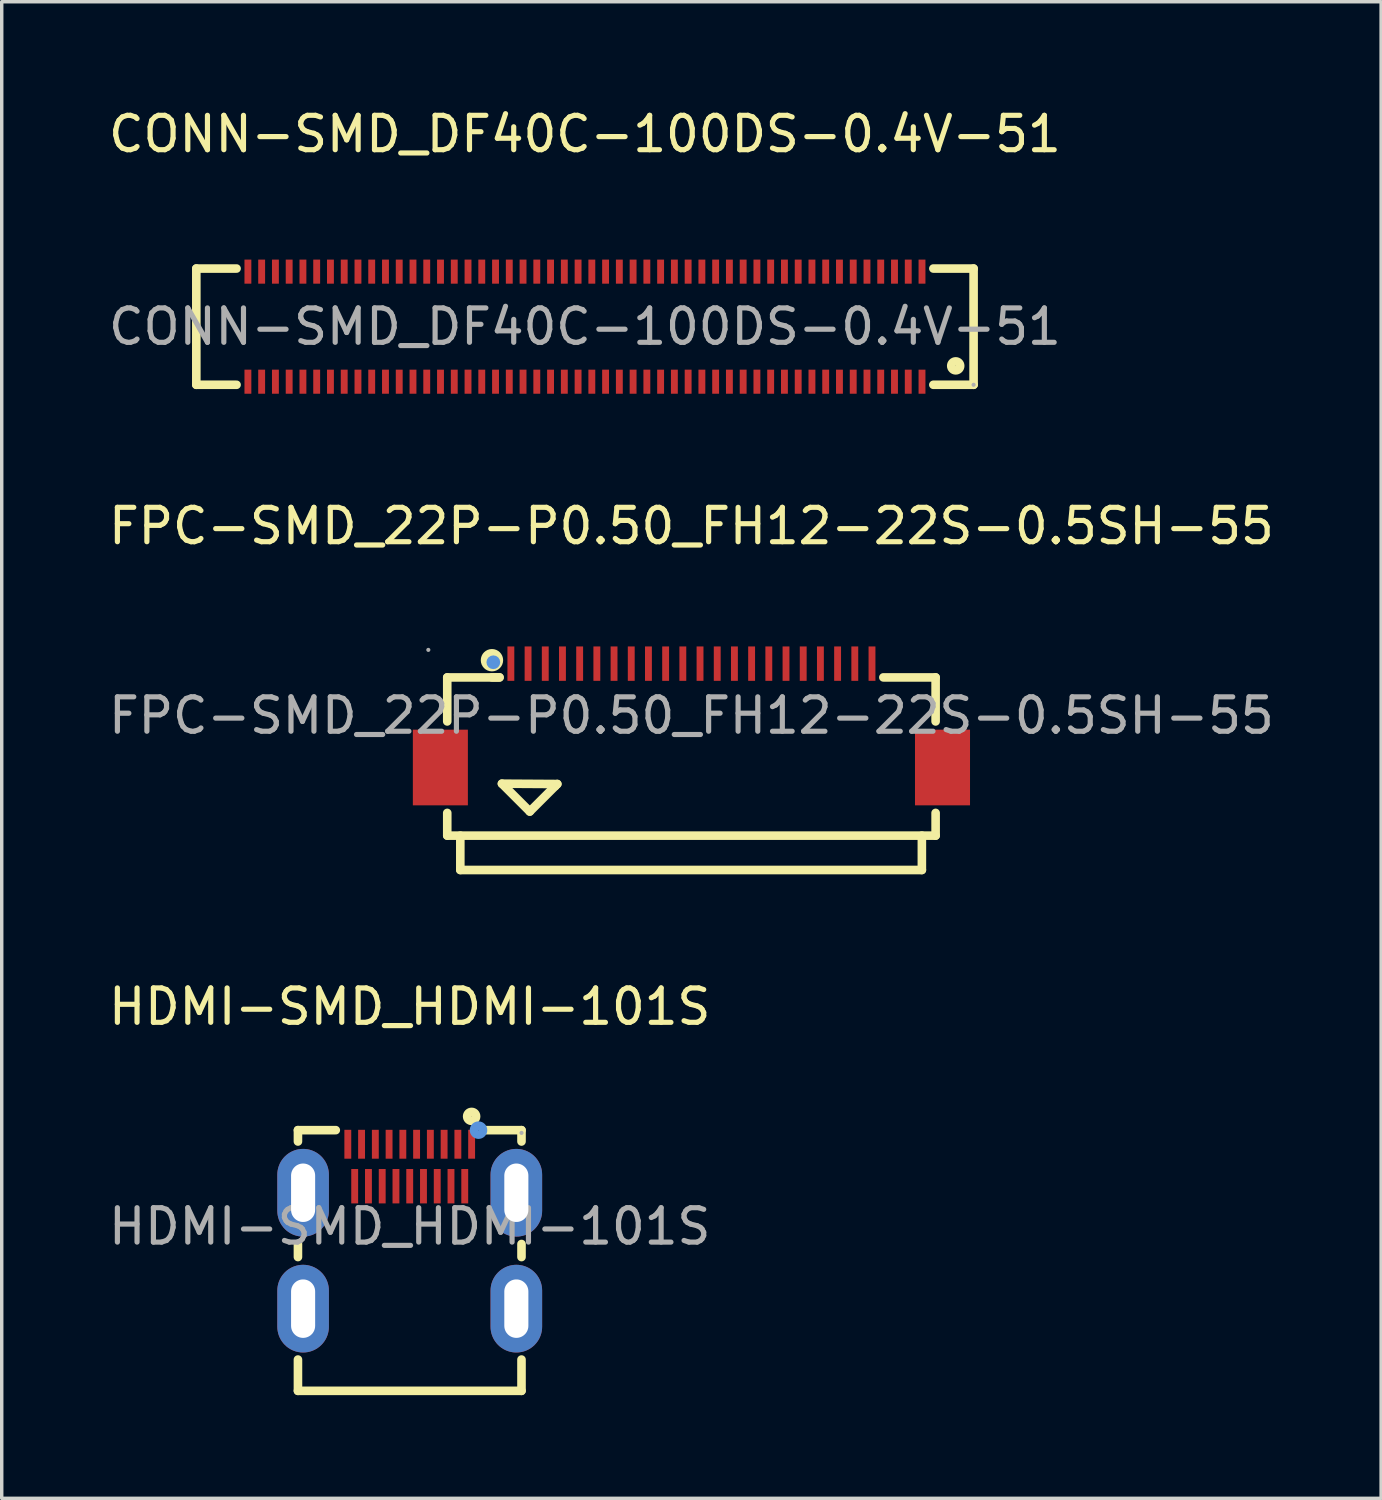
<source format=kicad_pcb>
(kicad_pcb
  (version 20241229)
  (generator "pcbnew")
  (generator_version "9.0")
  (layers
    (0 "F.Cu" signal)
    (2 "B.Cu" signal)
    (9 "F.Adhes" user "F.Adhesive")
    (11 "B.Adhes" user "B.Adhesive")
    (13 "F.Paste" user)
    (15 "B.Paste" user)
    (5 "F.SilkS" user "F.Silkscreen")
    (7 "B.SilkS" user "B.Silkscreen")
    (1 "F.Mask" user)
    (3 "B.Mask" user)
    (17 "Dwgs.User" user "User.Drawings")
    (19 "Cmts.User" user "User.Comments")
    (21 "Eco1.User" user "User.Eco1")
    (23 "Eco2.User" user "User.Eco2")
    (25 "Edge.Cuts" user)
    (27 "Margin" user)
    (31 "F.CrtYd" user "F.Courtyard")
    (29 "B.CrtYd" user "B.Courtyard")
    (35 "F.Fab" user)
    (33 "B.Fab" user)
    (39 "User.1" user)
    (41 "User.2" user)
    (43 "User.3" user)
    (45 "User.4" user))
  (footprint "HDMI-SMD_HDMI-101S"
    (layer "F.Cu")
    (at 8.863 32.61)
    (property "Reference" "HDMI-SMD_HDMI-101S" (at 0 -6.39 0) (layer "F.SilkS") (effects (font (size 1 1) (thickness 0.15))))
    (attr smd)
    (fp_line (start -3.25 -2.47) (end -3.25 -2.8) (stroke (width 0.25) (type solid)) (layer "F.SilkS"))
    (fp_line (start -3.25 0.89) (end -3.25 0.51) (stroke (width 0.25) (type solid)) (layer "F.SilkS"))
    (fp_line (start -3.25 4.78) (end -3.25 3.87) (stroke (width 0.25) (type solid)) (layer "F.SilkS"))
    (fp_line (start -2.15 -2.8) (end -3.25 -2.8) (stroke (width 0.25) (type solid)) (layer "F.SilkS"))
    (fp_line (start 3.25 -2.8) (end 2.15 -2.8) (stroke (width 0.25) (type solid)) (layer "F.SilkS"))
    (fp_line (start 3.25 -2.47) (end 3.25 -2.8) (stroke (width 0.25) (type solid)) (layer "F.SilkS"))
    (fp_line (start 3.25 0.89) (end 3.25 0.51) (stroke (width 0.25) (type solid)) (layer "F.SilkS"))
    (fp_line (start 3.25 4.78) (end -3.25 4.78) (stroke (width 0.25) (type solid)) (layer "F.SilkS"))
    (fp_line (start 3.25 4.78) (end 3.25 3.87) (stroke (width 0.25) (type solid)) (layer "F.SilkS"))
    (fp_circle (center 1.8 -3.2) (end 1.93 -3.2) (stroke (width 0.25) (type solid)) (fill no) (layer "F.SilkS"))
    (fp_circle (center 2 -2.8) (end 2.13 -2.8) (stroke (width 0.25) (type solid)) (fill no) (layer "Cmts.User"))
    (fp_circle (center 3.25 -2.72) (end 3.28 -2.72) (stroke (width 0.06) (type solid)) (fill no) (layer "F.Fab"))
    (fp_text user "${REFERENCE}" (at 0 0 0) (layer "F.Fab") (effects (font (size 1 1) (thickness 0.15))))
    (pad "1" smd rect (at 1.8 -2.39) (size 0.2 0.84) (layers "F.Cu" "F.Mask" "F.Paste"))
    (pad "2" smd rect (at 1.6 -1.17) (size 0.2 1) (layers "F.Cu" "F.Mask" "F.Paste"))
    (pad "3" smd rect (at 1.4 -2.39) (size 0.2 0.84) (layers "F.Cu" "F.Mask" "F.Paste"))
    (pad "4" smd rect (at 1.2 -1.17) (size 0.2 1) (layers "F.Cu" "F.Mask" "F.Paste"))
    (pad "5" smd rect (at 1 -2.39) (size 0.2 0.84) (layers "F.Cu" "F.Mask" "F.Paste"))
    (pad "6" smd rect (at 0.8 -1.17) (size 0.2 1) (layers "F.Cu" "F.Mask" "F.Paste"))
    (pad "7" smd rect (at 0.6 -2.39) (size 0.2 0.84) (layers "F.Cu" "F.Mask" "F.Paste"))
    (pad "8" smd rect (at 0.4 -1.17) (size 0.2 1) (layers "F.Cu" "F.Mask" "F.Paste"))
    (pad "9" smd rect (at 0.2 -2.39) (size 0.2 0.84) (layers "F.Cu" "F.Mask" "F.Paste"))
    (pad "10" smd rect (at 0 -1.17) (size 0.2 1) (layers "F.Cu" "F.Mask" "F.Paste"))
    (pad "11" smd rect (at -0.2 -2.39) (size 0.2 0.84) (layers "F.Cu" "F.Mask" "F.Paste"))
    (pad "12" smd rect (at -0.4 -1.17) (size 0.2 1) (layers "F.Cu" "F.Mask" "F.Paste"))
    (pad "13" smd rect (at -0.6 -2.39) (size 0.2 0.84) (layers "F.Cu" "F.Mask" "F.Paste"))
    (pad "14" smd rect (at -0.8 -1.17) (size 0.2 1) (layers "F.Cu" "F.Mask" "F.Paste"))
    (pad "15" smd rect (at -1 -2.39) (size 0.2 0.84) (layers "F.Cu" "F.Mask" "F.Paste"))
    (pad "16" smd rect (at -1.2 -1.17) (size 0.2 1) (layers "F.Cu" "F.Mask" "F.Paste"))
    (pad "17" smd rect (at -1.4 -2.39) (size 0.2 0.84) (layers "F.Cu" "F.Mask" "F.Paste"))
    (pad "18" smd rect (at -1.6 -1.17) (size 0.2 1) (layers "F.Cu" "F.Mask" "F.Paste"))
    (pad "19" smd rect (at -1.8 -2.39) (size 0.2 0.84) (layers "F.Cu" "F.Mask" "F.Paste"))
    (pad "20" thru_hole oval (at -3.1 -0.98) (size 1.5 2.55) (drill oval 0.7 1.7) (layers "*.Cu" "*.Mask"))
    (pad "20" thru_hole oval (at -3.1 2.39) (size 1.5 2.55) (drill oval 0.7 1.7) (layers "*.Cu" "*.Mask"))
    (pad "20" thru_hole oval (at 3.1 -0.98) (size 1.5 2.55) (drill oval 0.7 1.7) (layers "*.Cu" "*.Mask"))
    (pad "20" thru_hole oval (at 3.1 2.39) (size 1.5 2.55) (drill oval 0.7 1.7) (layers "*.Cu" "*.Mask")))
  (footprint "FPC-SMD_22P-P0.50_FH12-22S-0.5SH-55"
    (layer "F.Cu")
    (at 17.054 17.756)
    (property "Reference" "FPC-SMD_22P-P0.50_FH12-22S-0.5SH-55" (at 0 -5.51 0) (layer "F.SilkS") (effects (font (size 1 1) (thickness 0.15))))
    (attr smd)
    (fp_line (start -7.1 -1.11) (end -7.1 0.17) (stroke (width 0.25) (type solid)) (layer "F.SilkS"))
    (fp_line (start -7.1 2.83) (end -7.1 3.49) (stroke (width 0.25) (type solid)) (layer "F.SilkS"))
    (fp_line (start -7.1 3.49) (end 7.1 3.49) (stroke (width 0.25) (type solid)) (layer "F.SilkS"))
    (fp_line (start -6.72 3.49) (end -6.72 4.49) (stroke (width 0.25) (type solid)) (layer "F.SilkS"))
    (fp_line (start -6.72 4.49) (end 6.7 4.49) (stroke (width 0.25) (type solid)) (layer "F.SilkS"))
    (fp_line (start -5.58 -1.11) (end -7.1 -1.11) (stroke (width 0.25) (type solid)) (layer "F.SilkS"))
    (fp_line (start -5.58 -1.11) (end -5.8 -1.11) (stroke (width 0.25) (type solid)) (layer "F.SilkS"))
    (fp_line (start -5.51 1.98) (end -4.7 2.79) (stroke (width 0.25) (type solid)) (layer "F.SilkS"))
    (fp_line (start -5.51 1.98) (end -3.9 1.99) (stroke (width 0.25) (type solid)) (layer "F.SilkS"))
    (fp_line (start -4.7 2.79) (end -3.96 2.05) (stroke (width 0.25) (type solid)) (layer "F.SilkS"))
    (fp_line (start -3.96 2.05) (end -3.9 1.99) (stroke (width 0.25) (type solid)) (layer "F.SilkS"))
    (fp_line (start 6.7 4.49) (end 6.7 3.49) (stroke (width 0.25) (type solid)) (layer "F.SilkS"))
    (fp_line (start 7.1 -1.11) (end 5.58 -1.11) (stroke (width 0.25) (type solid)) (layer "F.SilkS"))
    (fp_line (start 7.1 0.17) (end 7.1 -1.11) (stroke (width 0.25) (type solid)) (layer "F.SilkS"))
    (fp_line (start 7.1 3.49) (end 7.1 2.83) (stroke (width 0.25) (type solid)) (layer "F.SilkS"))
    (fp_circle (center -5.8 -1.61) (end -5.6 -1.61) (stroke (width 0.25) (type solid)) (fill no) (layer "F.SilkS"))
    (fp_circle (center -5.76 -1.55) (end -5.66 -1.55) (stroke (width 0.2) (type solid)) (fill no) (layer "Cmts.User"))
    (fp_circle (center -7.65 -1.91) (end -7.62 -1.91) (stroke (width 0.06) (type solid)) (fill no) (layer "F.Fab"))
    (fp_text user "${REFERENCE}" (at 0 0 0) (layer "F.Fab") (effects (font (size 1 1) (thickness 0.15))))
    (pad "1" smd rect (at -5.25 -1.51) (size 0.2 1) (layers "F.Cu" "F.Mask" "F.Paste"))
    (pad "2" smd rect (at -4.75 -1.51) (size 0.2 1) (layers "F.Cu" "F.Mask" "F.Paste"))
    (pad "3" smd rect (at -4.25 -1.51) (size 0.2 1) (layers "F.Cu" "F.Mask" "F.Paste"))
    (pad "4" smd rect (at -3.75 -1.51) (size 0.2 1) (layers "F.Cu" "F.Mask" "F.Paste"))
    (pad "5" smd rect (at -3.25 -1.51) (size 0.2 1) (layers "F.Cu" "F.Mask" "F.Paste"))
    (pad "6" smd rect (at -2.75 -1.51) (size 0.2 1) (layers "F.Cu" "F.Mask" "F.Paste"))
    (pad "7" smd rect (at -2.25 -1.51) (size 0.2 1) (layers "F.Cu" "F.Mask" "F.Paste"))
    (pad "8" smd rect (at -1.75 -1.51) (size 0.2 1) (layers "F.Cu" "F.Mask" "F.Paste"))
    (pad "9" smd rect (at -1.25 -1.51) (size 0.2 1) (layers "F.Cu" "F.Mask" "F.Paste"))
    (pad "10" smd rect (at -0.75 -1.51) (size 0.2 1) (layers "F.Cu" "F.Mask" "F.Paste"))
    (pad "11" smd rect (at -0.25 -1.51) (size 0.2 1) (layers "F.Cu" "F.Mask" "F.Paste"))
    (pad "12" smd rect (at 0.25 -1.51) (size 0.2 1) (layers "F.Cu" "F.Mask" "F.Paste"))
    (pad "13" smd rect (at 0.75 -1.51) (size 0.2 1) (layers "F.Cu" "F.Mask" "F.Paste"))
    (pad "14" smd rect (at 1.25 -1.51) (size 0.2 1) (layers "F.Cu" "F.Mask" "F.Paste"))
    (pad "15" smd rect (at 1.75 -1.51) (size 0.2 1) (layers "F.Cu" "F.Mask" "F.Paste"))
    (pad "16" smd rect (at 2.25 -1.51) (size 0.2 1) (layers "F.Cu" "F.Mask" "F.Paste"))
    (pad "17" smd rect (at 2.75 -1.51) (size 0.2 1) (layers "F.Cu" "F.Mask" "F.Paste"))
    (pad "18" smd rect (at 3.25 -1.51) (size 0.2 1) (layers "F.Cu" "F.Mask" "F.Paste"))
    (pad "19" smd rect (at 3.75 -1.51) (size 0.2 1) (layers "F.Cu" "F.Mask" "F.Paste"))
    (pad "20" smd rect (at 4.25 -1.51) (size 0.2 1) (layers "F.Cu" "F.Mask" "F.Paste"))
    (pad "21" smd rect (at 4.75 -1.51) (size 0.2 1) (layers "F.Cu" "F.Mask" "F.Paste"))
    (pad "22" smd rect (at 5.25 -1.51) (size 0.2 1) (layers "F.Cu" "F.Mask" "F.Paste"))
    (pad "23" smd rect (at 7.3 1.51) (size 1.6 2.2) (layers "F.Cu" "F.Mask" "F.Paste"))
    (pad "24" smd rect (at -7.3 1.51) (size 1.6 2.2) (layers "F.Cu" "F.Mask" "F.Paste")))
  (footprint "CONN-SMD_DF40C-100DS-0.4V-51"
    (layer "F.Cu")
    (at 13.958 6.448)
    (property "Reference" "CONN-SMD_DF40C-100DS-0.4V-51" (at 0 -5.6 0) (layer "F.SilkS") (effects (font (size 1 1) (thickness 0.15))))
    (attr smd)
    (fp_line (start -11.3 -1.69) (end -11.3 1.69) (stroke (width 0.25) (type solid)) (layer "F.SilkS"))
    (fp_line (start -11.3 -1.69) (end -10.13 -1.69) (stroke (width 0.25) (type solid)) (layer "F.SilkS"))
    (fp_line (start -11.3 1.69) (end -10.13 1.69) (stroke (width 0.25) (type solid)) (layer "F.SilkS"))
    (fp_line (start 10.13 -1.69) (end 11.3 -1.69) (stroke (width 0.25) (type solid)) (layer "F.SilkS"))
    (fp_line (start 10.13 1.69) (end 11.3 1.69) (stroke (width 0.25) (type solid)) (layer "F.SilkS"))
    (fp_line (start 11.3 -1.69) (end 11.3 1.69) (stroke (width 0.25) (type solid)) (layer "F.SilkS"))
    (fp_circle (center 10.78 1.14) (end 10.91 1.14) (stroke (width 0.25) (type solid)) (fill no) (layer "F.SilkS"))
    (fp_circle (center 11.3 1.69) (end 11.33 1.69) (stroke (width 0.06) (type solid)) (fill no) (layer "F.Fab"))
    (fp_text user "${REFERENCE}" (at 0 0 0) (layer "F.Fab") (effects (font (size 1 1) (thickness 0.15))))
    (pad "1" smd rect (at 9.8 1.6) (size 0.2 0.7) (layers "F.Cu" "F.Mask" "F.Paste"))
    (pad "2" smd rect (at 9.4 1.6) (size 0.2 0.7) (layers "F.Cu" "F.Mask" "F.Paste"))
    (pad "3" smd rect (at 9 1.6) (size 0.2 0.7) (layers "F.Cu" "F.Mask" "F.Paste"))
    (pad "4" smd rect (at 8.6 1.6) (size 0.2 0.7) (layers "F.Cu" "F.Mask" "F.Paste"))
    (pad "5" smd rect (at 8.2 1.6) (size 0.2 0.7) (layers "F.Cu" "F.Mask" "F.Paste"))
    (pad "6" smd rect (at 7.8 1.6) (size 0.2 0.7) (layers "F.Cu" "F.Mask" "F.Paste"))
    (pad "7" smd rect (at 7.4 1.6) (size 0.2 0.7) (layers "F.Cu" "F.Mask" "F.Paste"))
    (pad "8" smd rect (at 7 1.6) (size 0.2 0.7) (layers "F.Cu" "F.Mask" "F.Paste"))
    (pad "9" smd rect (at 6.6 1.6) (size 0.2 0.7) (layers "F.Cu" "F.Mask" "F.Paste"))
    (pad "10" smd rect (at 6.2 1.6) (size 0.2 0.7) (layers "F.Cu" "F.Mask" "F.Paste"))
    (pad "11" smd rect (at 5.8 1.6) (size 0.2 0.7) (layers "F.Cu" "F.Mask" "F.Paste"))
    (pad "12" smd rect (at 5.4 1.6) (size 0.2 0.7) (layers "F.Cu" "F.Mask" "F.Paste"))
    (pad "13" smd rect (at 5 1.6) (size 0.2 0.7) (layers "F.Cu" "F.Mask" "F.Paste"))
    (pad "14" smd rect (at 4.6 1.6) (size 0.2 0.7) (layers "F.Cu" "F.Mask" "F.Paste"))
    (pad "15" smd rect (at 4.2 1.6) (size 0.2 0.7) (layers "F.Cu" "F.Mask" "F.Paste"))
    (pad "16" smd rect (at 3.8 1.6) (size 0.2 0.7) (layers "F.Cu" "F.Mask" "F.Paste"))
    (pad "17" smd rect (at 3.4 1.6) (size 0.2 0.7) (layers "F.Cu" "F.Mask" "F.Paste"))
    (pad "18" smd rect (at 3 1.6) (size 0.2 0.7) (layers "F.Cu" "F.Mask" "F.Paste"))
    (pad "19" smd rect (at 2.6 1.6) (size 0.2 0.7) (layers "F.Cu" "F.Mask" "F.Paste"))
    (pad "20" smd rect (at 2.2 1.6) (size 0.2 0.7) (layers "F.Cu" "F.Mask" "F.Paste"))
    (pad "21" smd rect (at 1.8 1.6) (size 0.2 0.7) (layers "F.Cu" "F.Mask" "F.Paste"))
    (pad "22" smd rect (at 1.4 1.6) (size 0.2 0.7) (layers "F.Cu" "F.Mask" "F.Paste"))
    (pad "23" smd rect (at 1 1.6) (size 0.2 0.7) (layers "F.Cu" "F.Mask" "F.Paste"))
    (pad "24" smd rect (at 0.6 1.6) (size 0.2 0.7) (layers "F.Cu" "F.Mask" "F.Paste"))
    (pad "25" smd rect (at 0.2 1.6) (size 0.2 0.7) (layers "F.Cu" "F.Mask" "F.Paste"))
    (pad "26" smd rect (at -0.2 1.6) (size 0.2 0.7) (layers "F.Cu" "F.Mask" "F.Paste"))
    (pad "27" smd rect (at -0.6 1.6) (size 0.2 0.7) (layers "F.Cu" "F.Mask" "F.Paste"))
    (pad "28" smd rect (at -1 1.6) (size 0.2 0.7) (layers "F.Cu" "F.Mask" "F.Paste"))
    (pad "29" smd rect (at -1.4 1.6) (size 0.2 0.7) (layers "F.Cu" "F.Mask" "F.Paste"))
    (pad "30" smd rect (at -1.8 1.6) (size 0.2 0.7) (layers "F.Cu" "F.Mask" "F.Paste"))
    (pad "31" smd rect (at -2.2 1.6) (size 0.2 0.7) (layers "F.Cu" "F.Mask" "F.Paste"))
    (pad "32" smd rect (at -2.6 1.6) (size 0.2 0.7) (layers "F.Cu" "F.Mask" "F.Paste"))
    (pad "33" smd rect (at -3 1.6) (size 0.2 0.7) (layers "F.Cu" "F.Mask" "F.Paste"))
    (pad "34" smd rect (at -3.4 1.6) (size 0.2 0.7) (layers "F.Cu" "F.Mask" "F.Paste"))
    (pad "35" smd rect (at -3.8 1.6) (size 0.2 0.7) (layers "F.Cu" "F.Mask" "F.Paste"))
    (pad "36" smd rect (at -4.2 1.6) (size 0.2 0.7) (layers "F.Cu" "F.Mask" "F.Paste"))
    (pad "37" smd rect (at -4.6 1.6) (size 0.2 0.7) (layers "F.Cu" "F.Mask" "F.Paste"))
    (pad "38" smd rect (at -5 1.6) (size 0.2 0.7) (layers "F.Cu" "F.Mask" "F.Paste"))
    (pad "39" smd rect (at -5.4 1.6) (size 0.2 0.7) (layers "F.Cu" "F.Mask" "F.Paste"))
    (pad "40" smd rect (at -5.8 1.6) (size 0.2 0.7) (layers "F.Cu" "F.Mask" "F.Paste"))
    (pad "41" smd rect (at -6.2 1.6) (size 0.2 0.7) (layers "F.Cu" "F.Mask" "F.Paste"))
    (pad "42" smd rect (at -6.6 1.6) (size 0.2 0.7) (layers "F.Cu" "F.Mask" "F.Paste"))
    (pad "43" smd rect (at -7 1.6) (size 0.2 0.7) (layers "F.Cu" "F.Mask" "F.Paste"))
    (pad "44" smd rect (at -7.4 1.6) (size 0.2 0.7) (layers "F.Cu" "F.Mask" "F.Paste"))
    (pad "45" smd rect (at -7.8 1.6) (size 0.2 0.7) (layers "F.Cu" "F.Mask" "F.Paste"))
    (pad "46" smd rect (at -8.2 1.6 180) (size 0.2 0.7) (layers "F.Cu" "F.Mask" "F.Paste"))
    (pad "47" smd rect (at -8.6 1.6 180) (size 0.2 0.7) (layers "F.Cu" "F.Mask" "F.Paste"))
    (pad "48" smd rect (at -9 1.6 180) (size 0.2 0.7) (layers "F.Cu" "F.Mask" "F.Paste"))
    (pad "49" smd rect (at -9.4 1.6 180) (size 0.2 0.7) (layers "F.Cu" "F.Mask" "F.Paste"))
    (pad "50" smd rect (at -9.8 1.6 180) (size 0.2 0.7) (layers "F.Cu" "F.Mask" "F.Paste"))
    (pad "51" smd rect (at -9.8 -1.6) (size 0.2 0.7) (layers "F.Cu" "F.Mask" "F.Paste"))
    (pad "52" smd rect (at -9.4 -1.6) (size 0.2 0.7) (layers "F.Cu" "F.Mask" "F.Paste"))
    (pad "53" smd rect (at -9 -1.6) (size 0.2 0.7) (layers "F.Cu" "F.Mask" "F.Paste"))
    (pad "54" smd rect (at -8.6 -1.6) (size 0.2 0.7) (layers "F.Cu" "F.Mask" "F.Paste"))
    (pad "55" smd rect (at -8.2 -1.6) (size 0.2 0.7) (layers "F.Cu" "F.Mask" "F.Paste"))
    (pad "56" smd rect (at -7.8 -1.6) (size 0.2 0.7) (layers "F.Cu" "F.Mask" "F.Paste"))
    (pad "57" smd rect (at -7.4 -1.6) (size 0.2 0.7) (layers "F.Cu" "F.Mask" "F.Paste"))
    (pad "58" smd rect (at -7 -1.6) (size 0.2 0.7) (layers "F.Cu" "F.Mask" "F.Paste"))
    (pad "59" smd rect (at -6.6 -1.6) (size 0.2 0.7) (layers "F.Cu" "F.Mask" "F.Paste"))
    (pad "60" smd rect (at -6.2 -1.6) (size 0.2 0.7) (layers "F.Cu" "F.Mask" "F.Paste"))
    (pad "61" smd rect (at -5.8 -1.6) (size 0.2 0.7) (layers "F.Cu" "F.Mask" "F.Paste"))
    (pad "62" smd rect (at -5.4 -1.6) (size 0.2 0.7) (layers "F.Cu" "F.Mask" "F.Paste"))
    (pad "63" smd rect (at -5 -1.6) (size 0.2 0.7) (layers "F.Cu" "F.Mask" "F.Paste"))
    (pad "64" smd rect (at -4.6 -1.6) (size 0.2 0.7) (layers "F.Cu" "F.Mask" "F.Paste"))
    (pad "65" smd rect (at -4.2 -1.6) (size 0.2 0.7) (layers "F.Cu" "F.Mask" "F.Paste"))
    (pad "66" smd rect (at -3.8 -1.6) (size 0.2 0.7) (layers "F.Cu" "F.Mask" "F.Paste"))
    (pad "67" smd rect (at -3.4 -1.6) (size 0.2 0.7) (layers "F.Cu" "F.Mask" "F.Paste"))
    (pad "68" smd rect (at -3 -1.6) (size 0.2 0.7) (layers "F.Cu" "F.Mask" "F.Paste"))
    (pad "69" smd rect (at -2.6 -1.6) (size 0.2 0.7) (layers "F.Cu" "F.Mask" "F.Paste"))
    (pad "70" smd rect (at -2.2 -1.6) (size 0.2 0.7) (layers "F.Cu" "F.Mask" "F.Paste"))
    (pad "71" smd rect (at -1.8 -1.6) (size 0.2 0.7) (layers "F.Cu" "F.Mask" "F.Paste"))
    (pad "72" smd rect (at -1.4 -1.6) (size 0.2 0.7) (layers "F.Cu" "F.Mask" "F.Paste"))
    (pad "73" smd rect (at -1 -1.6) (size 0.2 0.7) (layers "F.Cu" "F.Mask" "F.Paste"))
    (pad "74" smd rect (at -0.6 -1.6) (size 0.2 0.7) (layers "F.Cu" "F.Mask" "F.Paste"))
    (pad "75" smd rect (at -0.2 -1.6) (size 0.2 0.7) (layers "F.Cu" "F.Mask" "F.Paste"))
    (pad "76" smd rect (at 0.2 -1.6) (size 0.2 0.7) (layers "F.Cu" "F.Mask" "F.Paste"))
    (pad "77" smd rect (at 0.6 -1.6) (size 0.2 0.7) (layers "F.Cu" "F.Mask" "F.Paste"))
    (pad "78" smd rect (at 1 -1.6) (size 0.2 0.7) (layers "F.Cu" "F.Mask" "F.Paste"))
    (pad "79" smd rect (at 1.4 -1.6) (size 0.2 0.7) (layers "F.Cu" "F.Mask" "F.Paste"))
    (pad "80" smd rect (at 1.8 -1.6) (size 0.2 0.7) (layers "F.Cu" "F.Mask" "F.Paste"))
    (pad "81" smd rect (at 2.2 -1.6) (size 0.2 0.7) (layers "F.Cu" "F.Mask" "F.Paste"))
    (pad "82" smd rect (at 2.6 -1.6) (size 0.2 0.7) (layers "F.Cu" "F.Mask" "F.Paste"))
    (pad "83" smd rect (at 3 -1.6) (size 0.2 0.7) (layers "F.Cu" "F.Mask" "F.Paste"))
    (pad "84" smd rect (at 3.4 -1.6) (size 0.2 0.7) (layers "F.Cu" "F.Mask" "F.Paste"))
    (pad "85" smd rect (at 3.8 -1.6) (size 0.2 0.7) (layers "F.Cu" "F.Mask" "F.Paste"))
    (pad "86" smd rect (at 4.2 -1.6) (size 0.2 0.7) (layers "F.Cu" "F.Mask" "F.Paste"))
    (pad "87" smd rect (at 4.6 -1.6) (size 0.2 0.7) (layers "F.Cu" "F.Mask" "F.Paste"))
    (pad "88" smd rect (at 5 -1.6) (size 0.2 0.7) (layers "F.Cu" "F.Mask" "F.Paste"))
    (pad "89" smd rect (at 5.4 -1.6) (size 0.2 0.7) (layers "F.Cu" "F.Mask" "F.Paste"))
    (pad "90" smd rect (at 5.8 -1.6) (size 0.2 0.7) (layers "F.Cu" "F.Mask" "F.Paste"))
    (pad "91" smd rect (at 6.2 -1.6) (size 0.2 0.7) (layers "F.Cu" "F.Mask" "F.Paste"))
    (pad "92" smd rect (at 6.6 -1.6) (size 0.2 0.7) (layers "F.Cu" "F.Mask" "F.Paste"))
    (pad "93" smd rect (at 7 -1.6) (size 0.2 0.7) (layers "F.Cu" "F.Mask" "F.Paste"))
    (pad "94" smd rect (at 7.4 -1.6) (size 0.2 0.7) (layers "F.Cu" "F.Mask" "F.Paste"))
    (pad "95" smd rect (at 7.8 -1.6) (size 0.2 0.7) (layers "F.Cu" "F.Mask" "F.Paste"))
    (pad "96" smd rect (at 8.2 -1.6) (size 0.2 0.7) (layers "F.Cu" "F.Mask" "F.Paste"))
    (pad "97" smd rect (at 8.6 -1.6) (size 0.2 0.7) (layers "F.Cu" "F.Mask" "F.Paste"))
    (pad "98" smd rect (at 9 -1.6) (size 0.2 0.7) (layers "F.Cu" "F.Mask" "F.Paste"))
    (pad "99" smd rect (at 9.4 -1.6) (size 0.2 0.7) (layers "F.Cu" "F.Mask" "F.Paste"))
    (pad "100" smd rect (at 9.8 -1.6) (size 0.2 0.7) (layers "F.Cu" "F.Mask" "F.Paste")))
  (gr_rect
    (start -3 -3)
    (end 37.107 40.515)
    (stroke (width 0.1) (type default))
    (fill no)
    (layer "Edge.Cuts")))
</source>
